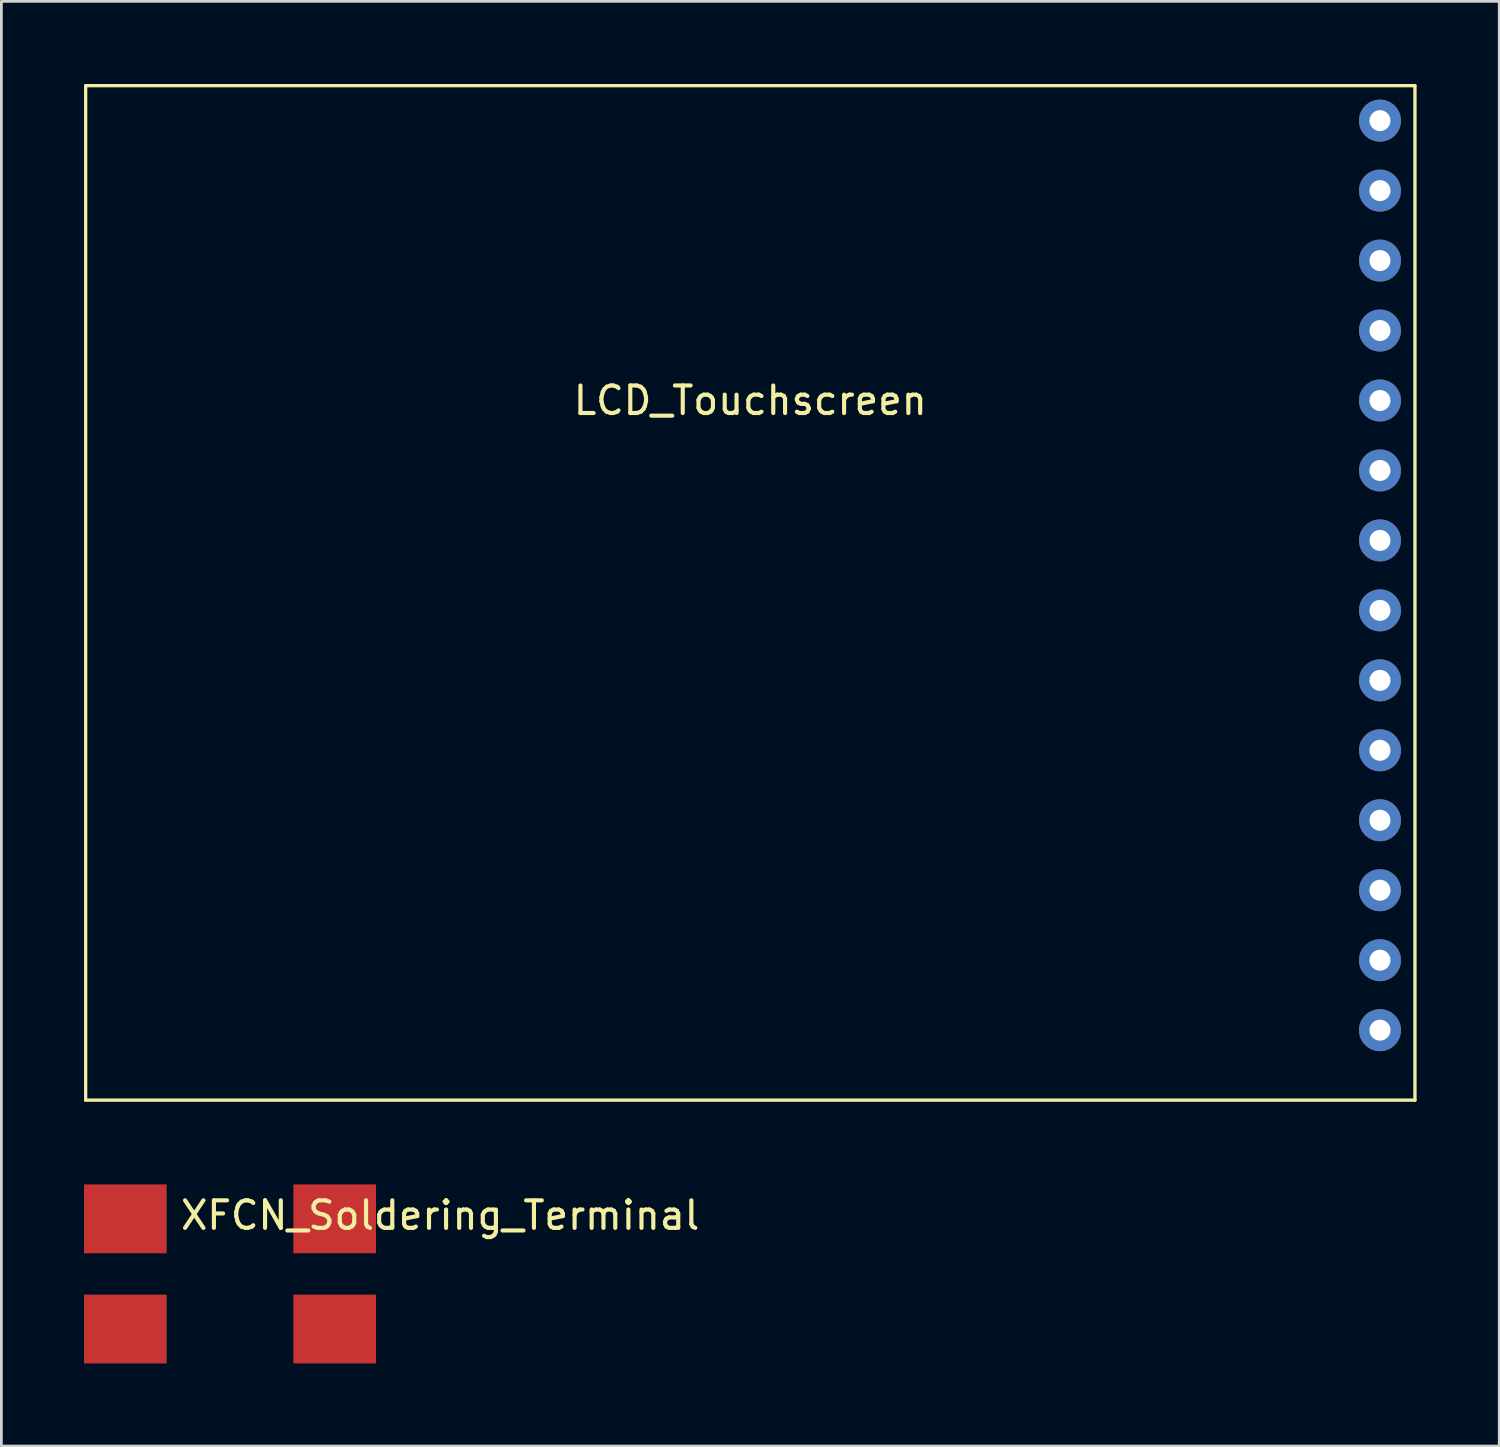
<source format=kicad_pcb>
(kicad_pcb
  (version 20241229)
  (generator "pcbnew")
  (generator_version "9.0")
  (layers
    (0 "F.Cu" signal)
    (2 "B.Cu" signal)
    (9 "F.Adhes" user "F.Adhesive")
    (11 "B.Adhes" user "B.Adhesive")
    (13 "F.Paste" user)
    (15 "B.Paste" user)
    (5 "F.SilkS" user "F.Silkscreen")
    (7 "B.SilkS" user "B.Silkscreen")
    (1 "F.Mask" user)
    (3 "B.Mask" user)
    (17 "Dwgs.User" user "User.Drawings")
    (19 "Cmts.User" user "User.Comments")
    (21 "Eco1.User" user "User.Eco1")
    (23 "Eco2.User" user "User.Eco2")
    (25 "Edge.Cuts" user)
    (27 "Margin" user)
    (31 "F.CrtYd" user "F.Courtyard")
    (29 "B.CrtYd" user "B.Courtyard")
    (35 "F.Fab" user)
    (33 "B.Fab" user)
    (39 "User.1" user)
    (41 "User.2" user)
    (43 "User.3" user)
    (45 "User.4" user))
  (footprint "LCD_Touchscreen"
    (layer "F.Cu")
    (at 24.19 16.57)
    (property "Reference" "LCD_Touchscreen" (at 0 -5.08 0) (layer "F.SilkS") (effects (font (size 1 1) (thickness 0.15))))
    (attr through_hole)
    (fp_line (start -24.13 -16.51) (end -24.13 20.32) (stroke (width 0.12) (type solid)) (layer "F.SilkS"))
    (fp_line (start -24.13 20.32) (end 24.13 20.32) (stroke (width 0.12) (type solid)) (layer "F.SilkS"))
    (fp_line (start 24.13 -16.51) (end -24.13 -16.51) (stroke (width 0.12) (type solid)) (layer "F.SilkS"))
    (fp_line (start 24.13 20.32) (end 24.13 -16.51) (stroke (width 0.12) (type solid)) (layer "F.SilkS"))
    (pad "1" thru_hole circle (at 22.86 -15.24) (size 1.524 1.524) (drill 0.762) (layers "*.Cu" "*.Mask"))
    (pad "2" thru_hole circle (at 22.86 -12.7) (size 1.524 1.524) (drill 0.762) (layers "*.Cu" "*.Mask"))
    (pad "3" thru_hole circle (at 22.86 -10.16) (size 1.524 1.524) (drill 0.762) (layers "*.Cu" "*.Mask"))
    (pad "4" thru_hole circle (at 22.86 -7.62) (size 1.524 1.524) (drill 0.762) (layers "*.Cu" "*.Mask"))
    (pad "5" thru_hole circle (at 22.86 -5.08) (size 1.524 1.524) (drill 0.762) (layers "*.Cu" "*.Mask"))
    (pad "6" thru_hole circle (at 22.86 -2.54) (size 1.524 1.524) (drill 0.762) (layers "*.Cu" "*.Mask"))
    (pad "7" thru_hole circle (at 22.86 0) (size 1.524 1.524) (drill 0.762) (layers "*.Cu" "*.Mask"))
    (pad "8" thru_hole circle (at 22.86 2.54) (size 1.524 1.524) (drill 0.762) (layers "*.Cu" "*.Mask"))
    (pad "9" thru_hole circle (at 22.86 5.08) (size 1.524 1.524) (drill 0.762) (layers "*.Cu" "*.Mask"))
    (pad "10" thru_hole circle (at 22.86 7.62) (size 1.524 1.524) (drill 0.762) (layers "*.Cu" "*.Mask"))
    (pad "11" thru_hole circle (at 22.86 10.16) (size 1.524 1.524) (drill 0.762) (layers "*.Cu" "*.Mask"))
    (pad "12" thru_hole circle (at 22.86 12.7) (size 1.524 1.524) (drill 0.762) (layers "*.Cu" "*.Mask"))
    (pad "13" thru_hole circle (at 22.86 15.24) (size 1.524 1.524) (drill 0.762) (layers "*.Cu" "*.Mask"))
    (pad "14" thru_hole circle (at 22.86 17.78) (size 1.524 1.524) (drill 0.762) (layers "*.Cu" "*.Mask")))
  (footprint "XFCN_Soldering_Terminal"
    (layer "F.Cu")
    (at 5.31 43.105)
    (property "Reference" "XFCN_Soldering_Terminal" (at 7.62 -2.032 0) (layer "F.SilkS") (effects (font (size 1 1) (thickness 0.15))))
    (attr through_hole)
    (pad "1" smd rect (at -3.81 -1.905) (size 3 2.5) (layers "F.Cu" "F.Mask" "F.Paste"))
    (pad "2" smd rect (at 3.79 -1.905) (size 3 2.5) (layers "F.Cu" "F.Mask" "F.Paste"))
    (pad "3" smd rect (at -3.81 2.095) (size 3 2.5) (layers "F.Cu" "F.Mask" "F.Paste"))
    (pad "4" smd rect (at 3.79 2.095) (size 3 2.5) (layers "F.Cu" "F.Mask" "F.Paste")))
  (gr_rect
    (start -3 -3)
    (end 51.38 49.45)
    (stroke (width 0.1) (type default))
    (fill no)
    (layer "Edge.Cuts")))
</source>
